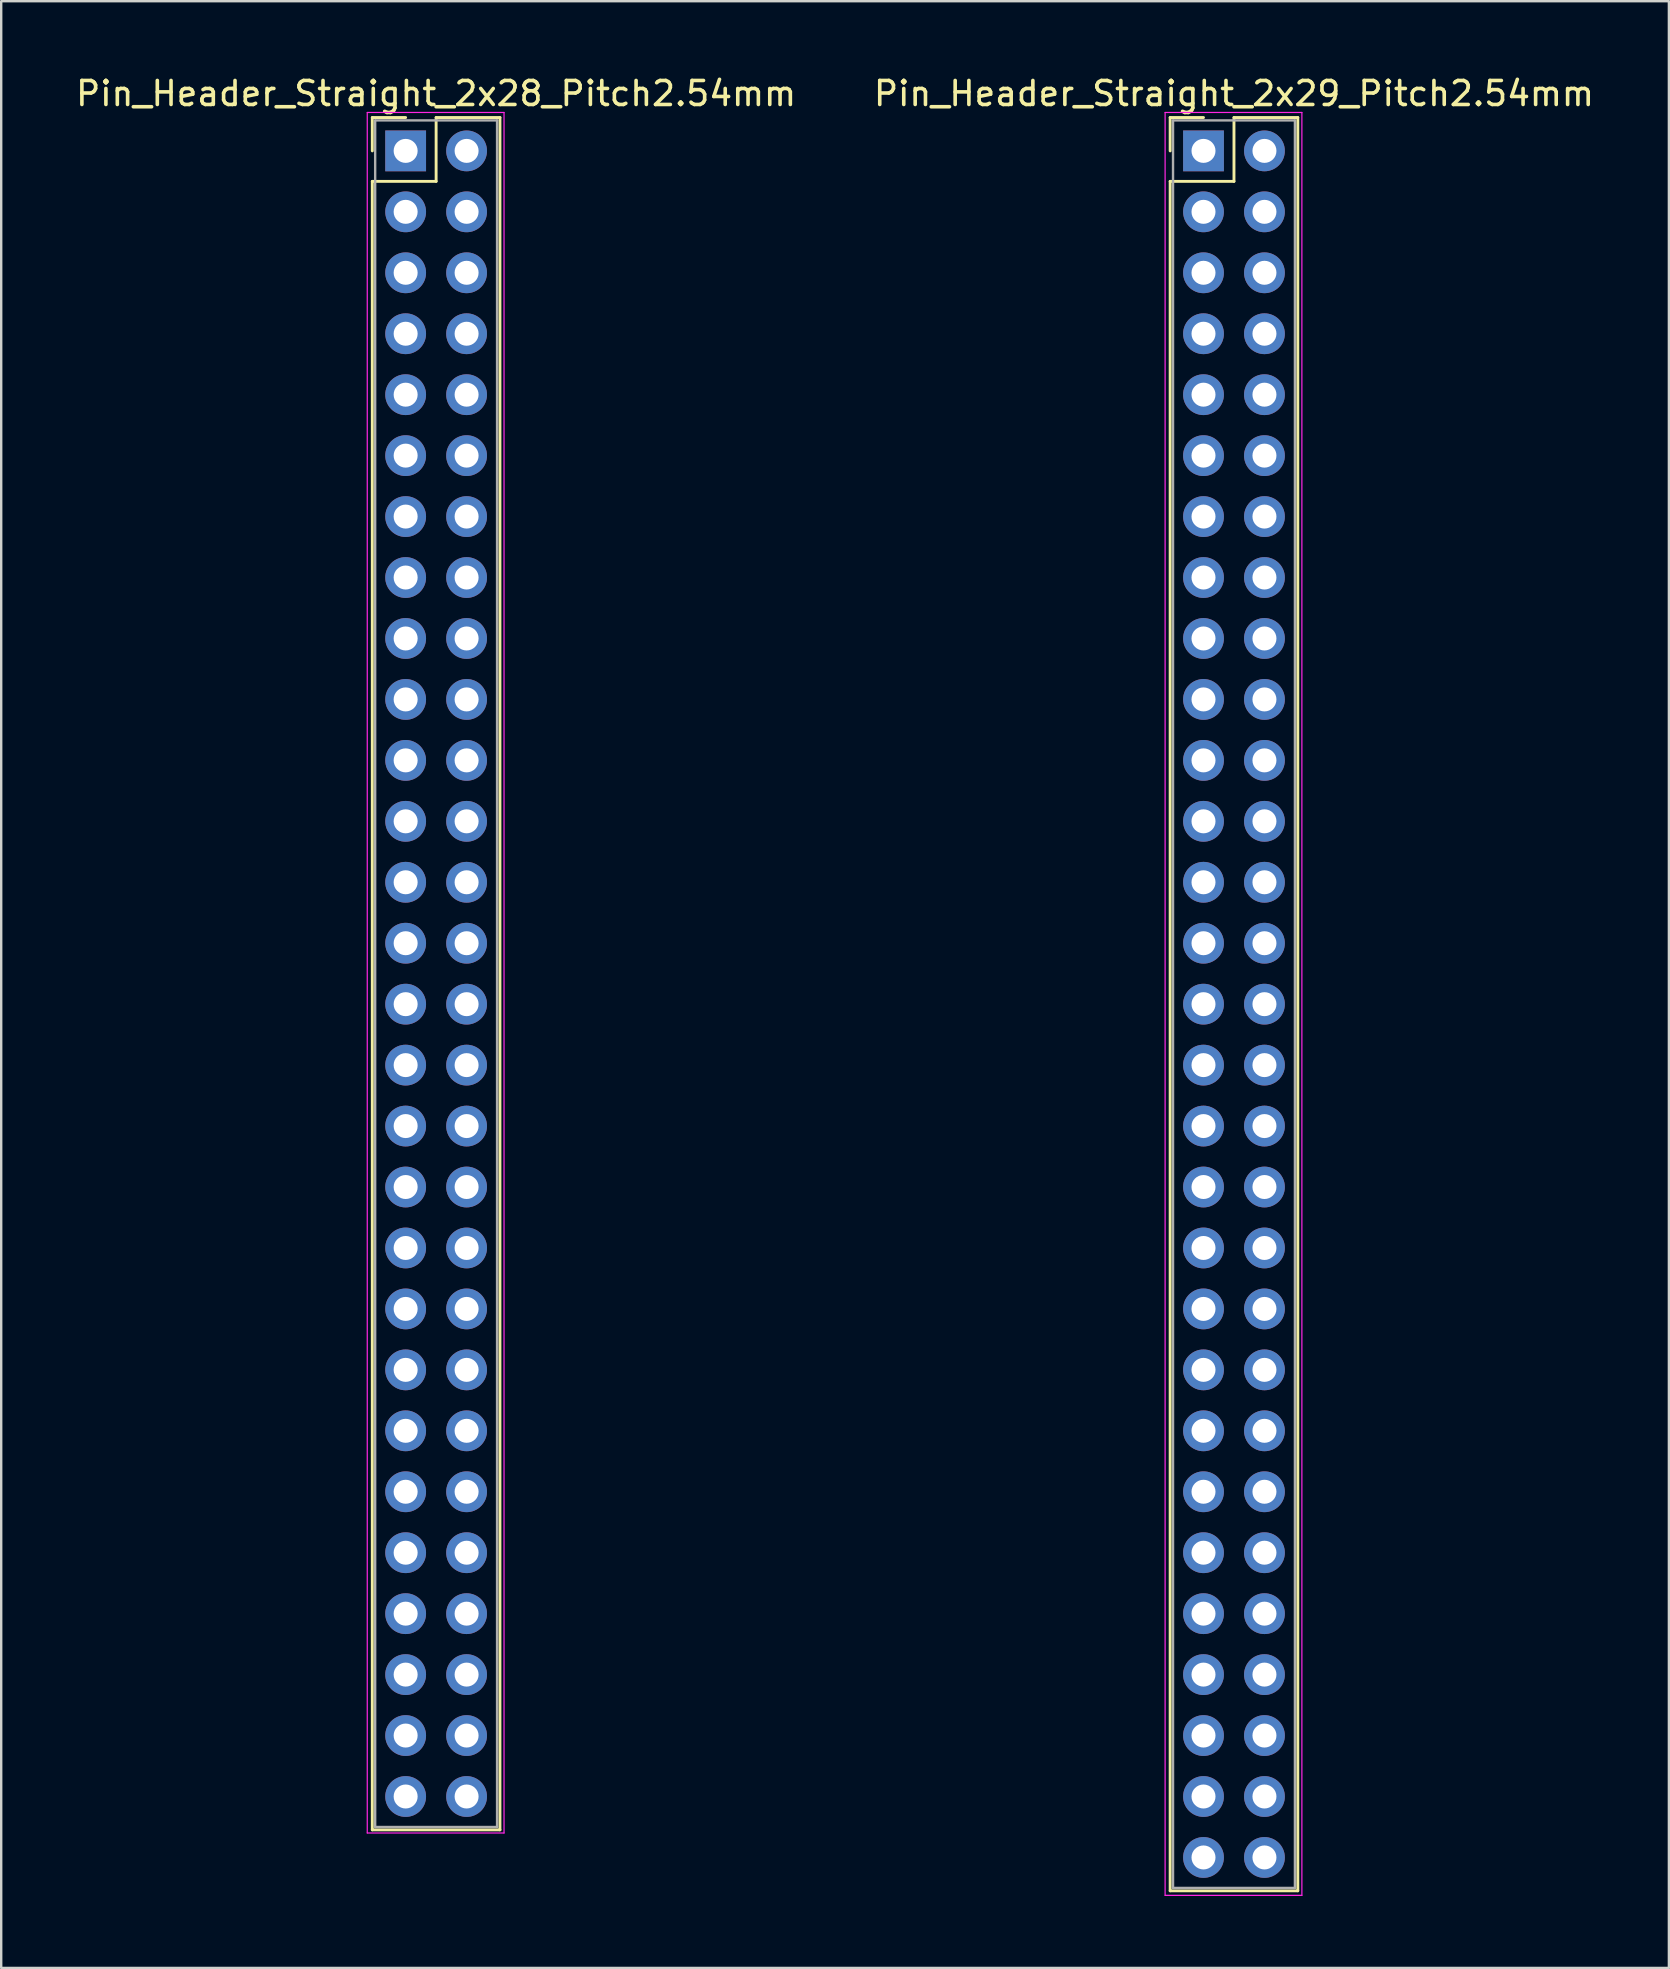
<source format=kicad_pcb>
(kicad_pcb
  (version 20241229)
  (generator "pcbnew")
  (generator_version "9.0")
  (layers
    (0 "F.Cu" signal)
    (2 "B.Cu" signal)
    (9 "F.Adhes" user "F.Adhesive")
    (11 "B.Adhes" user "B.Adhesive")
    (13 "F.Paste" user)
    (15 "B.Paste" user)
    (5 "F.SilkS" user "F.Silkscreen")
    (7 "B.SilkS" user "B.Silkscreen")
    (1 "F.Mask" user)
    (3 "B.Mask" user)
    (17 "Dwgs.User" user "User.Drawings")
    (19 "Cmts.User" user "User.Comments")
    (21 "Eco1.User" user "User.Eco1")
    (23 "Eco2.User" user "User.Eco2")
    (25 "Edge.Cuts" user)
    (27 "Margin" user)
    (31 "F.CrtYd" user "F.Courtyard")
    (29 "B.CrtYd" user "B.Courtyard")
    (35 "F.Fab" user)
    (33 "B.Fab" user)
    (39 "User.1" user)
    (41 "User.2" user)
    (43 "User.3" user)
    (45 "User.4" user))
  (footprint "Pin_Header_Straight_2x28_Pitch2.54mm"
    (layer "F.Cu")
    (at 13.855 3.238)
    (property "Reference" "Pin_Header_Straight_2x28_Pitch2.54mm" (at 1.27 -2.39 0) (layer "F.SilkS") (effects (font (size 1 1) (thickness 0.15))))
    (attr through_hole)
    (fp_line (start -1.39 -1.39) (end 0 -1.39) (stroke (width 0.12) (type solid)) (layer "F.SilkS"))
    (fp_line (start -1.39 0) (end -1.39 -1.39) (stroke (width 0.12) (type solid)) (layer "F.SilkS"))
    (fp_line (start -1.39 1.27) (end -1.39 69.97) (stroke (width 0.12) (type solid)) (layer "F.SilkS"))
    (fp_line (start -1.39 69.97) (end 3.93 69.97) (stroke (width 0.12) (type solid)) (layer "F.SilkS"))
    (fp_line (start 1.27 -1.39) (end 1.27 1.27) (stroke (width 0.12) (type solid)) (layer "F.SilkS"))
    (fp_line (start 1.27 1.27) (end -1.39 1.27) (stroke (width 0.12) (type solid)) (layer "F.SilkS"))
    (fp_line (start 3.93 -1.39) (end 1.27 -1.39) (stroke (width 0.12) (type solid)) (layer "F.SilkS"))
    (fp_line (start 3.93 69.97) (end 3.93 -1.39) (stroke (width 0.12) (type solid)) (layer "F.SilkS"))
    (fp_line (start -1.6 -1.6) (end -1.6 70.1) (stroke (width 0.05) (type solid)) (layer "F.CrtYd"))
    (fp_line (start -1.6 70.1) (end 4.1 70.1) (stroke (width 0.05) (type solid)) (layer "F.CrtYd"))
    (fp_line (start 4.1 -1.6) (end -1.6 -1.6) (stroke (width 0.05) (type solid)) (layer "F.CrtYd"))
    (fp_line (start 4.1 70.1) (end 4.1 -1.6) (stroke (width 0.05) (type solid)) (layer "F.CrtYd"))
    (fp_line (start -1.27 -1.27) (end -1.27 69.85) (stroke (width 0.1) (type solid)) (layer "F.Fab"))
    (fp_line (start -1.27 69.85) (end 3.81 69.85) (stroke (width 0.1) (type solid)) (layer "F.Fab"))
    (fp_line (start 3.81 -1.27) (end -1.27 -1.27) (stroke (width 0.1) (type solid)) (layer "F.Fab"))
    (fp_line (start 3.81 69.85) (end 3.81 -1.27) (stroke (width 0.1) (type solid)) (layer "F.Fab"))
    (pad "1" thru_hole rect (at 0 0) (size 1.7 1.7) (drill 1) (layers "*.Cu" "*.Mask"))
    (pad "2" thru_hole oval (at 2.54 0) (size 1.7 1.7) (drill 1) (layers "*.Cu" "*.Mask"))
    (pad "3" thru_hole oval (at 0 2.54) (size 1.7 1.7) (drill 1) (layers "*.Cu" "*.Mask"))
    (pad "4" thru_hole oval (at 2.54 2.54) (size 1.7 1.7) (drill 1) (layers "*.Cu" "*.Mask"))
    (pad "5" thru_hole oval (at 0 5.08) (size 1.7 1.7) (drill 1) (layers "*.Cu" "*.Mask"))
    (pad "6" thru_hole oval (at 2.54 5.08) (size 1.7 1.7) (drill 1) (layers "*.Cu" "*.Mask"))
    (pad "7" thru_hole oval (at 0 7.62) (size 1.7 1.7) (drill 1) (layers "*.Cu" "*.Mask"))
    (pad "8" thru_hole oval (at 2.54 7.62) (size 1.7 1.7) (drill 1) (layers "*.Cu" "*.Mask"))
    (pad "9" thru_hole oval (at 0 10.16) (size 1.7 1.7) (drill 1) (layers "*.Cu" "*.Mask"))
    (pad "10" thru_hole oval (at 2.54 10.16) (size 1.7 1.7) (drill 1) (layers "*.Cu" "*.Mask"))
    (pad "11" thru_hole oval (at 0 12.7) (size 1.7 1.7) (drill 1) (layers "*.Cu" "*.Mask"))
    (pad "12" thru_hole oval (at 2.54 12.7) (size 1.7 1.7) (drill 1) (layers "*.Cu" "*.Mask"))
    (pad "13" thru_hole oval (at 0 15.24) (size 1.7 1.7) (drill 1) (layers "*.Cu" "*.Mask"))
    (pad "14" thru_hole oval (at 2.54 15.24) (size 1.7 1.7) (drill 1) (layers "*.Cu" "*.Mask"))
    (pad "15" thru_hole oval (at 0 17.78) (size 1.7 1.7) (drill 1) (layers "*.Cu" "*.Mask"))
    (pad "16" thru_hole oval (at 2.54 17.78) (size 1.7 1.7) (drill 1) (layers "*.Cu" "*.Mask"))
    (pad "17" thru_hole oval (at 0 20.32) (size 1.7 1.7) (drill 1) (layers "*.Cu" "*.Mask"))
    (pad "18" thru_hole oval (at 2.54 20.32) (size 1.7 1.7) (drill 1) (layers "*.Cu" "*.Mask"))
    (pad "19" thru_hole oval (at 0 22.86) (size 1.7 1.7) (drill 1) (layers "*.Cu" "*.Mask"))
    (pad "20" thru_hole oval (at 2.54 22.86) (size 1.7 1.7) (drill 1) (layers "*.Cu" "*.Mask"))
    (pad "21" thru_hole oval (at 0 25.4) (size 1.7 1.7) (drill 1) (layers "*.Cu" "*.Mask"))
    (pad "22" thru_hole oval (at 2.54 25.4) (size 1.7 1.7) (drill 1) (layers "*.Cu" "*.Mask"))
    (pad "23" thru_hole oval (at 0 27.94) (size 1.7 1.7) (drill 1) (layers "*.Cu" "*.Mask"))
    (pad "24" thru_hole oval (at 2.54 27.94) (size 1.7 1.7) (drill 1) (layers "*.Cu" "*.Mask"))
    (pad "25" thru_hole oval (at 0 30.48) (size 1.7 1.7) (drill 1) (layers "*.Cu" "*.Mask"))
    (pad "26" thru_hole oval (at 2.54 30.48) (size 1.7 1.7) (drill 1) (layers "*.Cu" "*.Mask"))
    (pad "27" thru_hole oval (at 0 33.02) (size 1.7 1.7) (drill 1) (layers "*.Cu" "*.Mask"))
    (pad "28" thru_hole oval (at 2.54 33.02) (size 1.7 1.7) (drill 1) (layers "*.Cu" "*.Mask"))
    (pad "29" thru_hole oval (at 0 35.56) (size 1.7 1.7) (drill 1) (layers "*.Cu" "*.Mask"))
    (pad "30" thru_hole oval (at 2.54 35.56) (size 1.7 1.7) (drill 1) (layers "*.Cu" "*.Mask"))
    (pad "31" thru_hole oval (at 0 38.1) (size 1.7 1.7) (drill 1) (layers "*.Cu" "*.Mask"))
    (pad "32" thru_hole oval (at 2.54 38.1) (size 1.7 1.7) (drill 1) (layers "*.Cu" "*.Mask"))
    (pad "33" thru_hole oval (at 0 40.64) (size 1.7 1.7) (drill 1) (layers "*.Cu" "*.Mask"))
    (pad "34" thru_hole oval (at 2.54 40.64) (size 1.7 1.7) (drill 1) (layers "*.Cu" "*.Mask"))
    (pad "35" thru_hole oval (at 0 43.18) (size 1.7 1.7) (drill 1) (layers "*.Cu" "*.Mask"))
    (pad "36" thru_hole oval (at 2.54 43.18) (size 1.7 1.7) (drill 1) (layers "*.Cu" "*.Mask"))
    (pad "37" thru_hole oval (at 0 45.72) (size 1.7 1.7) (drill 1) (layers "*.Cu" "*.Mask"))
    (pad "38" thru_hole oval (at 2.54 45.72) (size 1.7 1.7) (drill 1) (layers "*.Cu" "*.Mask"))
    (pad "39" thru_hole oval (at 0 48.26) (size 1.7 1.7) (drill 1) (layers "*.Cu" "*.Mask"))
    (pad "40" thru_hole oval (at 2.54 48.26) (size 1.7 1.7) (drill 1) (layers "*.Cu" "*.Mask"))
    (pad "41" thru_hole oval (at 0 50.8) (size 1.7 1.7) (drill 1) (layers "*.Cu" "*.Mask"))
    (pad "42" thru_hole oval (at 2.54 50.8) (size 1.7 1.7) (drill 1) (layers "*.Cu" "*.Mask"))
    (pad "43" thru_hole oval (at 0 53.34) (size 1.7 1.7) (drill 1) (layers "*.Cu" "*.Mask"))
    (pad "44" thru_hole oval (at 2.54 53.34) (size 1.7 1.7) (drill 1) (layers "*.Cu" "*.Mask"))
    (pad "45" thru_hole oval (at 0 55.88) (size 1.7 1.7) (drill 1) (layers "*.Cu" "*.Mask"))
    (pad "46" thru_hole oval (at 2.54 55.88) (size 1.7 1.7) (drill 1) (layers "*.Cu" "*.Mask"))
    (pad "47" thru_hole oval (at 0 58.42) (size 1.7 1.7) (drill 1) (layers "*.Cu" "*.Mask"))
    (pad "48" thru_hole oval (at 2.54 58.42) (size 1.7 1.7) (drill 1) (layers "*.Cu" "*.Mask"))
    (pad "49" thru_hole oval (at 0 60.96) (size 1.7 1.7) (drill 1) (layers "*.Cu" "*.Mask"))
    (pad "50" thru_hole oval (at 2.54 60.96) (size 1.7 1.7) (drill 1) (layers "*.Cu" "*.Mask"))
    (pad "51" thru_hole oval (at 0 63.5) (size 1.7 1.7) (drill 1) (layers "*.Cu" "*.Mask"))
    (pad "52" thru_hole oval (at 2.54 63.5) (size 1.7 1.7) (drill 1) (layers "*.Cu" "*.Mask"))
    (pad "53" thru_hole oval (at 0 66.04) (size 1.7 1.7) (drill 1) (layers "*.Cu" "*.Mask"))
    (pad "54" thru_hole oval (at 2.54 66.04) (size 1.7 1.7) (drill 1) (layers "*.Cu" "*.Mask"))
    (pad "55" thru_hole oval (at 0 68.58) (size 1.7 1.7) (drill 1) (layers "*.Cu" "*.Mask"))
    (pad "56" thru_hole oval (at 2.54 68.58) (size 1.7 1.7) (drill 1) (layers "*.Cu" "*.Mask")))
  (footprint "Pin_Header_Straight_2x29_Pitch2.54mm"
    (layer "F.Cu")
    (at 47.105 3.238)
    (property "Reference" "Pin_Header_Straight_2x29_Pitch2.54mm" (at 1.27 -2.39 0) (layer "F.SilkS") (effects (font (size 1 1) (thickness 0.15))))
    (attr through_hole)
    (fp_line (start -1.39 -1.39) (end 0 -1.39) (stroke (width 0.12) (type solid)) (layer "F.SilkS"))
    (fp_line (start -1.39 0) (end -1.39 -1.39) (stroke (width 0.12) (type solid)) (layer "F.SilkS"))
    (fp_line (start -1.39 1.27) (end -1.39 72.51) (stroke (width 0.12) (type solid)) (layer "F.SilkS"))
    (fp_line (start -1.39 72.51) (end 3.93 72.51) (stroke (width 0.12) (type solid)) (layer "F.SilkS"))
    (fp_line (start 1.27 -1.39) (end 1.27 1.27) (stroke (width 0.12) (type solid)) (layer "F.SilkS"))
    (fp_line (start 1.27 1.27) (end -1.39 1.27) (stroke (width 0.12) (type solid)) (layer "F.SilkS"))
    (fp_line (start 3.93 -1.39) (end 1.27 -1.39) (stroke (width 0.12) (type solid)) (layer "F.SilkS"))
    (fp_line (start 3.93 72.51) (end 3.93 -1.39) (stroke (width 0.12) (type solid)) (layer "F.SilkS"))
    (fp_line (start -1.6 -1.6) (end -1.6 72.7) (stroke (width 0.05) (type solid)) (layer "F.CrtYd"))
    (fp_line (start -1.6 72.7) (end 4.1 72.7) (stroke (width 0.05) (type solid)) (layer "F.CrtYd"))
    (fp_line (start 4.1 -1.6) (end -1.6 -1.6) (stroke (width 0.05) (type solid)) (layer "F.CrtYd"))
    (fp_line (start 4.1 72.7) (end 4.1 -1.6) (stroke (width 0.05) (type solid)) (layer "F.CrtYd"))
    (fp_line (start -1.27 -1.27) (end -1.27 72.39) (stroke (width 0.1) (type solid)) (layer "F.Fab"))
    (fp_line (start -1.27 72.39) (end 3.81 72.39) (stroke (width 0.1) (type solid)) (layer "F.Fab"))
    (fp_line (start 3.81 -1.27) (end -1.27 -1.27) (stroke (width 0.1) (type solid)) (layer "F.Fab"))
    (fp_line (start 3.81 72.39) (end 3.81 -1.27) (stroke (width 0.1) (type solid)) (layer "F.Fab"))
    (pad "1" thru_hole rect (at 0 0) (size 1.7 1.7) (drill 1) (layers "*.Cu" "*.Mask"))
    (pad "2" thru_hole oval (at 2.54 0) (size 1.7 1.7) (drill 1) (layers "*.Cu" "*.Mask"))
    (pad "3" thru_hole oval (at 0 2.54) (size 1.7 1.7) (drill 1) (layers "*.Cu" "*.Mask"))
    (pad "4" thru_hole oval (at 2.54 2.54) (size 1.7 1.7) (drill 1) (layers "*.Cu" "*.Mask"))
    (pad "5" thru_hole oval (at 0 5.08) (size 1.7 1.7) (drill 1) (layers "*.Cu" "*.Mask"))
    (pad "6" thru_hole oval (at 2.54 5.08) (size 1.7 1.7) (drill 1) (layers "*.Cu" "*.Mask"))
    (pad "7" thru_hole oval (at 0 7.62) (size 1.7 1.7) (drill 1) (layers "*.Cu" "*.Mask"))
    (pad "8" thru_hole oval (at 2.54 7.62) (size 1.7 1.7) (drill 1) (layers "*.Cu" "*.Mask"))
    (pad "9" thru_hole oval (at 0 10.16) (size 1.7 1.7) (drill 1) (layers "*.Cu" "*.Mask"))
    (pad "10" thru_hole oval (at 2.54 10.16) (size 1.7 1.7) (drill 1) (layers "*.Cu" "*.Mask"))
    (pad "11" thru_hole oval (at 0 12.7) (size 1.7 1.7) (drill 1) (layers "*.Cu" "*.Mask"))
    (pad "12" thru_hole oval (at 2.54 12.7) (size 1.7 1.7) (drill 1) (layers "*.Cu" "*.Mask"))
    (pad "13" thru_hole oval (at 0 15.24) (size 1.7 1.7) (drill 1) (layers "*.Cu" "*.Mask"))
    (pad "14" thru_hole oval (at 2.54 15.24) (size 1.7 1.7) (drill 1) (layers "*.Cu" "*.Mask"))
    (pad "15" thru_hole oval (at 0 17.78) (size 1.7 1.7) (drill 1) (layers "*.Cu" "*.Mask"))
    (pad "16" thru_hole oval (at 2.54 17.78) (size 1.7 1.7) (drill 1) (layers "*.Cu" "*.Mask"))
    (pad "17" thru_hole oval (at 0 20.32) (size 1.7 1.7) (drill 1) (layers "*.Cu" "*.Mask"))
    (pad "18" thru_hole oval (at 2.54 20.32) (size 1.7 1.7) (drill 1) (layers "*.Cu" "*.Mask"))
    (pad "19" thru_hole oval (at 0 22.86) (size 1.7 1.7) (drill 1) (layers "*.Cu" "*.Mask"))
    (pad "20" thru_hole oval (at 2.54 22.86) (size 1.7 1.7) (drill 1) (layers "*.Cu" "*.Mask"))
    (pad "21" thru_hole oval (at 0 25.4) (size 1.7 1.7) (drill 1) (layers "*.Cu" "*.Mask"))
    (pad "22" thru_hole oval (at 2.54 25.4) (size 1.7 1.7) (drill 1) (layers "*.Cu" "*.Mask"))
    (pad "23" thru_hole oval (at 0 27.94) (size 1.7 1.7) (drill 1) (layers "*.Cu" "*.Mask"))
    (pad "24" thru_hole oval (at 2.54 27.94) (size 1.7 1.7) (drill 1) (layers "*.Cu" "*.Mask"))
    (pad "25" thru_hole oval (at 0 30.48) (size 1.7 1.7) (drill 1) (layers "*.Cu" "*.Mask"))
    (pad "26" thru_hole oval (at 2.54 30.48) (size 1.7 1.7) (drill 1) (layers "*.Cu" "*.Mask"))
    (pad "27" thru_hole oval (at 0 33.02) (size 1.7 1.7) (drill 1) (layers "*.Cu" "*.Mask"))
    (pad "28" thru_hole oval (at 2.54 33.02) (size 1.7 1.7) (drill 1) (layers "*.Cu" "*.Mask"))
    (pad "29" thru_hole oval (at 0 35.56) (size 1.7 1.7) (drill 1) (layers "*.Cu" "*.Mask"))
    (pad "30" thru_hole oval (at 2.54 35.56) (size 1.7 1.7) (drill 1) (layers "*.Cu" "*.Mask"))
    (pad "31" thru_hole oval (at 0 38.1) (size 1.7 1.7) (drill 1) (layers "*.Cu" "*.Mask"))
    (pad "32" thru_hole oval (at 2.54 38.1) (size 1.7 1.7) (drill 1) (layers "*.Cu" "*.Mask"))
    (pad "33" thru_hole oval (at 0 40.64) (size 1.7 1.7) (drill 1) (layers "*.Cu" "*.Mask"))
    (pad "34" thru_hole oval (at 2.54 40.64) (size 1.7 1.7) (drill 1) (layers "*.Cu" "*.Mask"))
    (pad "35" thru_hole oval (at 0 43.18) (size 1.7 1.7) (drill 1) (layers "*.Cu" "*.Mask"))
    (pad "36" thru_hole oval (at 2.54 43.18) (size 1.7 1.7) (drill 1) (layers "*.Cu" "*.Mask"))
    (pad "37" thru_hole oval (at 0 45.72) (size 1.7 1.7) (drill 1) (layers "*.Cu" "*.Mask"))
    (pad "38" thru_hole oval (at 2.54 45.72) (size 1.7 1.7) (drill 1) (layers "*.Cu" "*.Mask"))
    (pad "39" thru_hole oval (at 0 48.26) (size 1.7 1.7) (drill 1) (layers "*.Cu" "*.Mask"))
    (pad "40" thru_hole oval (at 2.54 48.26) (size 1.7 1.7) (drill 1) (layers "*.Cu" "*.Mask"))
    (pad "41" thru_hole oval (at 0 50.8) (size 1.7 1.7) (drill 1) (layers "*.Cu" "*.Mask"))
    (pad "42" thru_hole oval (at 2.54 50.8) (size 1.7 1.7) (drill 1) (layers "*.Cu" "*.Mask"))
    (pad "43" thru_hole oval (at 0 53.34) (size 1.7 1.7) (drill 1) (layers "*.Cu" "*.Mask"))
    (pad "44" thru_hole oval (at 2.54 53.34) (size 1.7 1.7) (drill 1) (layers "*.Cu" "*.Mask"))
    (pad "45" thru_hole oval (at 0 55.88) (size 1.7 1.7) (drill 1) (layers "*.Cu" "*.Mask"))
    (pad "46" thru_hole oval (at 2.54 55.88) (size 1.7 1.7) (drill 1) (layers "*.Cu" "*.Mask"))
    (pad "47" thru_hole oval (at 0 58.42) (size 1.7 1.7) (drill 1) (layers "*.Cu" "*.Mask"))
    (pad "48" thru_hole oval (at 2.54 58.42) (size 1.7 1.7) (drill 1) (layers "*.Cu" "*.Mask"))
    (pad "49" thru_hole oval (at 0 60.96) (size 1.7 1.7) (drill 1) (layers "*.Cu" "*.Mask"))
    (pad "50" thru_hole oval (at 2.54 60.96) (size 1.7 1.7) (drill 1) (layers "*.Cu" "*.Mask"))
    (pad "51" thru_hole oval (at 0 63.5) (size 1.7 1.7) (drill 1) (layers "*.Cu" "*.Mask"))
    (pad "52" thru_hole oval (at 2.54 63.5) (size 1.7 1.7) (drill 1) (layers "*.Cu" "*.Mask"))
    (pad "53" thru_hole oval (at 0 66.04) (size 1.7 1.7) (drill 1) (layers "*.Cu" "*.Mask"))
    (pad "54" thru_hole oval (at 2.54 66.04) (size 1.7 1.7) (drill 1) (layers "*.Cu" "*.Mask"))
    (pad "55" thru_hole oval (at 0 68.58) (size 1.7 1.7) (drill 1) (layers "*.Cu" "*.Mask"))
    (pad "56" thru_hole oval (at 2.54 68.58) (size 1.7 1.7) (drill 1) (layers "*.Cu" "*.Mask"))
    (pad "57" thru_hole oval (at 0 71.12) (size 1.7 1.7) (drill 1) (layers "*.Cu" "*.Mask"))
    (pad "58" thru_hole oval (at 2.54 71.12) (size 1.7 1.7) (drill 1) (layers "*.Cu" "*.Mask")))
  (gr_rect
    (start -3 -3)
    (end 66.5 78.963)
    (stroke (width 0.1) (type default))
    (fill no)
    (layer "Edge.Cuts")))
</source>
